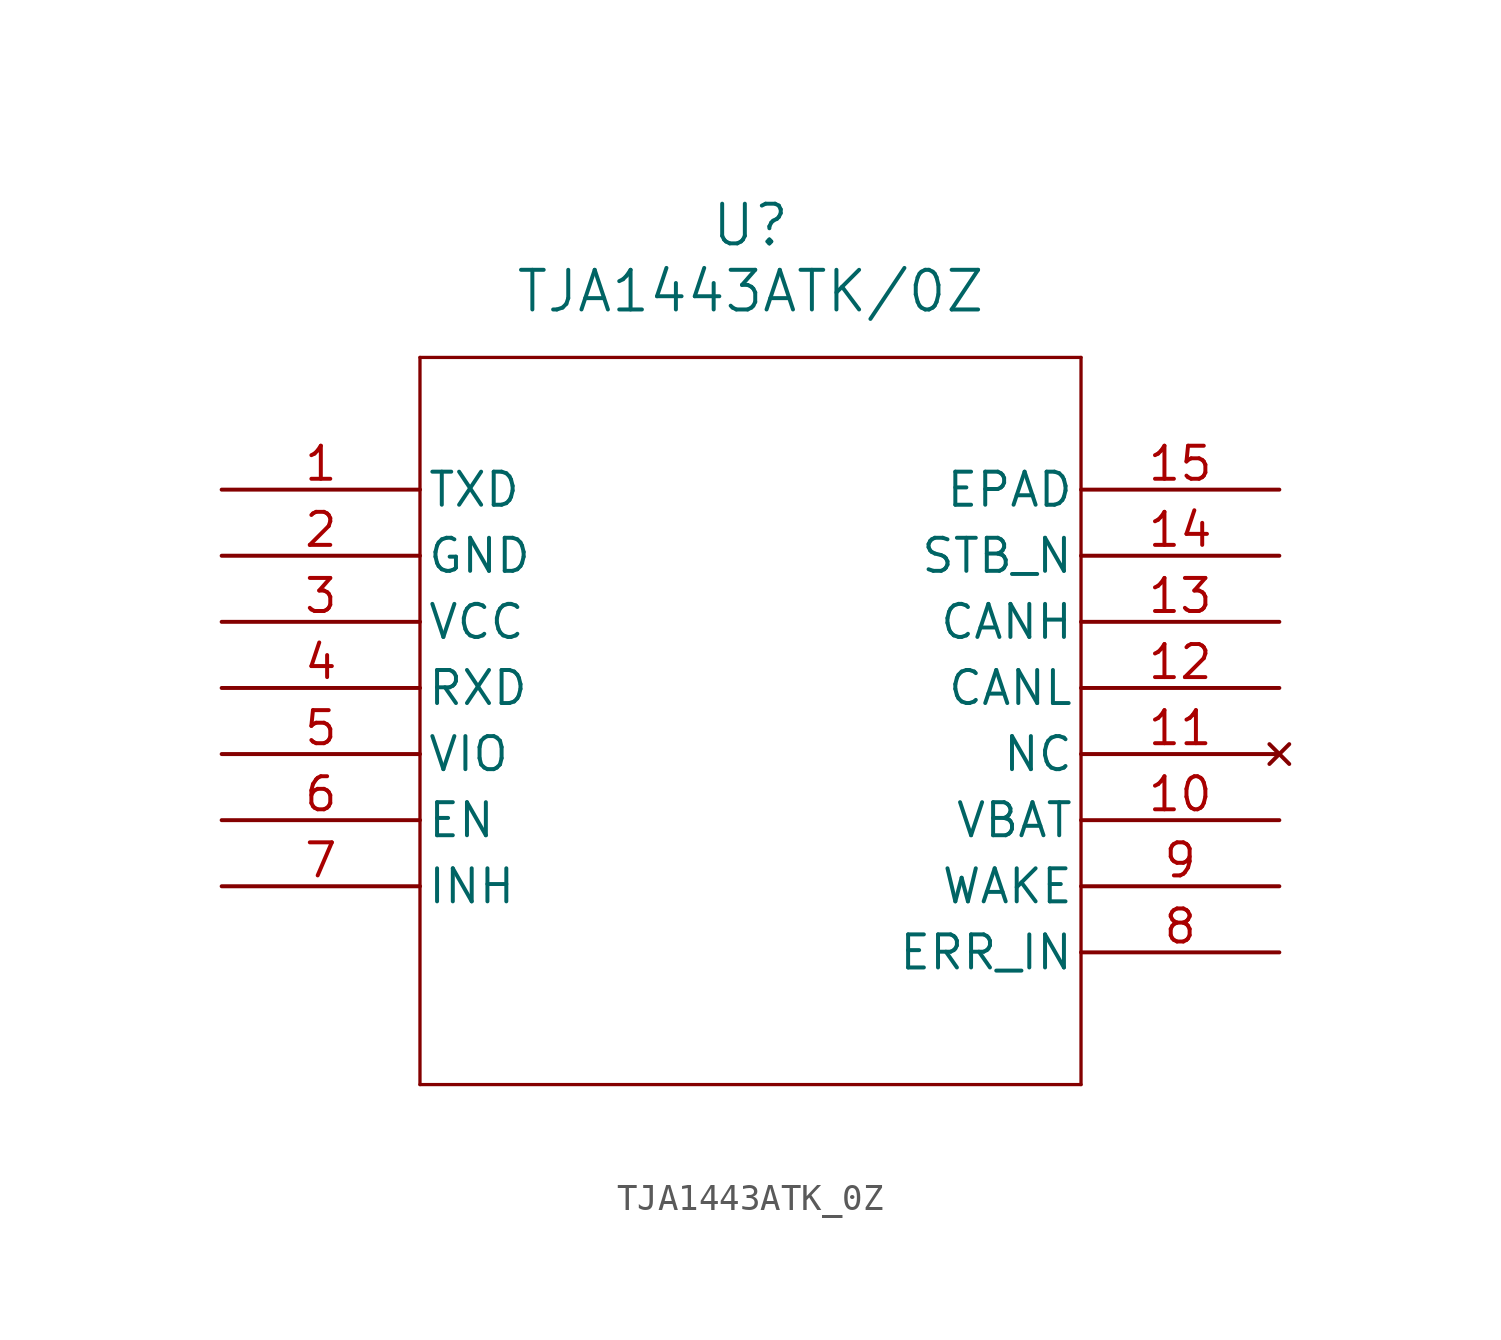
<source format=kicad_sym>
(kicad_symbol_lib
  (version 20211014)
  (generator kicad_symbol_editor)
  (symbol "TJA1443ATK_0Z"
    (pin_names
      (offset 0.254))
    (property "Reference" "U"
      (at 20.32 10.16 0)
      (effects (font (size 1.524 1.524))))
    (property "Value" "TJA1443ATK/0Z"
      (at 20.32 7.62 0)
      (effects (font (size 1.524 1.524))))
    (symbol "TJA1443ATK_0Z_0_1"
      (polyline (pts (xy 7.62 5.08) (xy 7.62 -22.86)) (stroke (width 0.127) (type default) (color 0 0 0 0)) (fill (type none)))
      (polyline (pts (xy 7.62 -22.86) (xy 33.02 -22.86)) (stroke (width 0.127) (type default) (color 0 0 0 0)) (fill (type none)))
      (polyline (pts (xy 33.02 -22.86) (xy 33.02 5.08)) (stroke (width 0.127) (type default) (color 0 0 0 0)) (fill (type none)))
      (polyline (pts (xy 33.02 5.08) (xy 7.62 5.08)) (stroke (width 0.127) (type default) (color 0 0 0 0)) (fill (type none)))
      (pin input line (at 0 0 0) (length 7.62) (name "TXD" (effects (font (size 1.27 1.27)))) (number "1" (effects (font (size 1.27 1.27)))))
      (pin power_out line (at 0 -2.54 0) (length 7.62) (name "GND" (effects (font (size 1.27 1.27)))) (number "2" (effects (font (size 1.27 1.27)))))
      (pin power_in line (at 0 -5.08 0) (length 7.62) (name "VCC" (effects (font (size 1.27 1.27)))) (number "3" (effects (font (size 1.27 1.27)))))
      (pin output line (at 0 -7.62 0) (length 7.62) (name "RXD" (effects (font (size 1.27 1.27)))) (number "4" (effects (font (size 1.27 1.27)))))
      (pin power_in line (at 0 -10.16 0) (length 7.62) (name "VIO" (effects (font (size 1.27 1.27)))) (number "5" (effects (font (size 1.27 1.27)))))
      (pin input line (at 0 -12.7 0) (length 7.62) (name "EN" (effects (font (size 1.27 1.27)))) (number "6" (effects (font (size 1.27 1.27)))))
      (pin input line (at 0 -15.24 0) (length 7.62) (name "INH" (effects (font (size 1.27 1.27)))) (number "7" (effects (font (size 1.27 1.27)))))
      (pin output line (at 40.64 -17.78 180) (length 7.62) (name "ERR_IN" (effects (font (size 1.27 1.27)))) (number "8" (effects (font (size 1.27 1.27)))))
      (pin input line (at 40.64 -15.24 180) (length 7.62) (name "WAKE" (effects (font (size 1.27 1.27)))) (number "9" (effects (font (size 1.27 1.27)))))
      (pin power_in line (at 40.64 -12.7 180) (length 7.62) (name "VBAT" (effects (font (size 1.27 1.27)))) (number "10" (effects (font (size 1.27 1.27)))))
      (pin no_connect line (at 40.64 -10.16 180) (length 7.62) (name "NC" (effects (font (size 1.27 1.27)))) (number "11" (effects (font (size 1.27 1.27)))))
      (pin bidirectional line (at 40.64 -7.62 180) (length 7.62) (name "CANL" (effects (font (size 1.27 1.27)))) (number "12" (effects (font (size 1.27 1.27)))))
      (pin bidirectional line (at 40.64 -5.08 180) (length 7.62) (name "CANH" (effects (font (size 1.27 1.27)))) (number "13" (effects (font (size 1.27 1.27)))))
      (pin input line (at 40.64 -2.54 180) (length 7.62) (name "STB_N" (effects (font (size 1.27 1.27)))) (number "14" (effects (font (size 1.27 1.27)))))
      (pin power_out line (at 40.64 0 180) (length 7.62) (name "EPAD" (effects (font (size 1.27 1.27)))) (number "15" (effects (font (size 1.27 1.27))))))))
</source>
